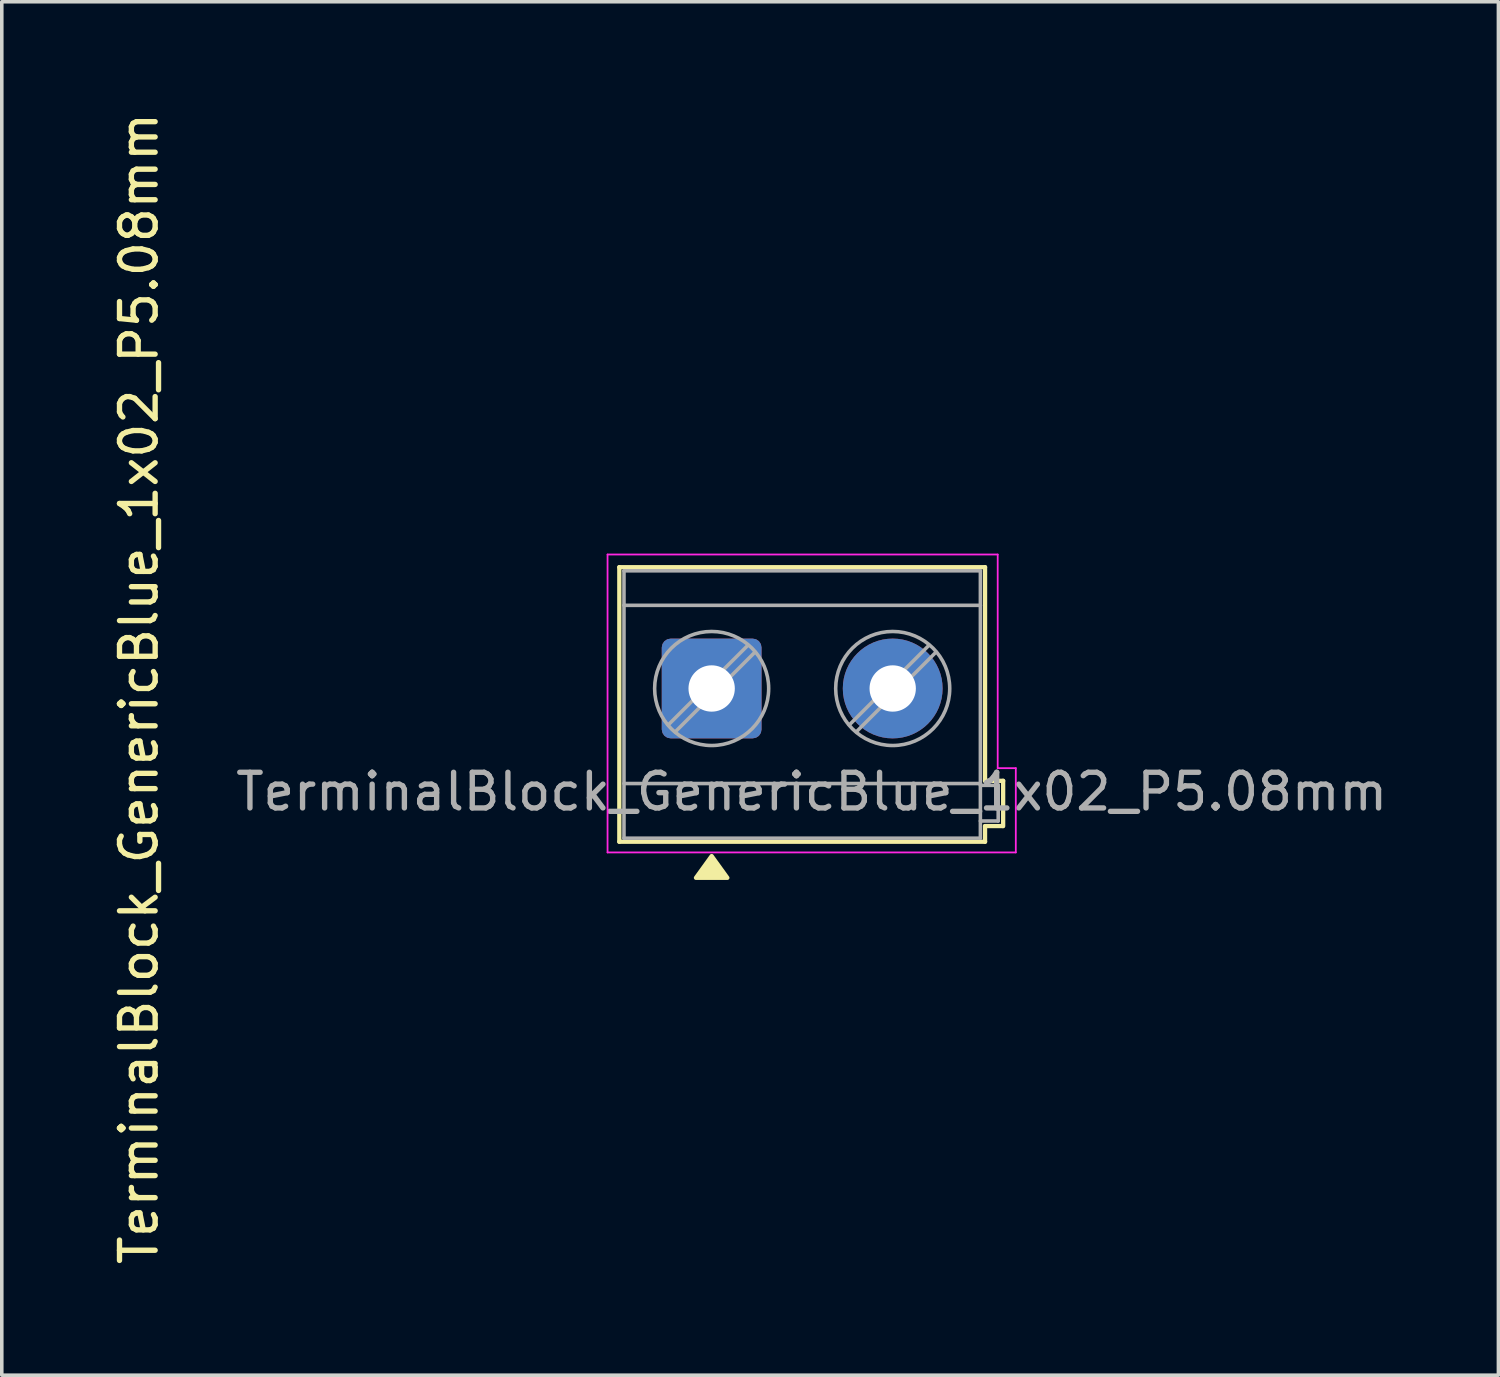
<source format=kicad_pcb>
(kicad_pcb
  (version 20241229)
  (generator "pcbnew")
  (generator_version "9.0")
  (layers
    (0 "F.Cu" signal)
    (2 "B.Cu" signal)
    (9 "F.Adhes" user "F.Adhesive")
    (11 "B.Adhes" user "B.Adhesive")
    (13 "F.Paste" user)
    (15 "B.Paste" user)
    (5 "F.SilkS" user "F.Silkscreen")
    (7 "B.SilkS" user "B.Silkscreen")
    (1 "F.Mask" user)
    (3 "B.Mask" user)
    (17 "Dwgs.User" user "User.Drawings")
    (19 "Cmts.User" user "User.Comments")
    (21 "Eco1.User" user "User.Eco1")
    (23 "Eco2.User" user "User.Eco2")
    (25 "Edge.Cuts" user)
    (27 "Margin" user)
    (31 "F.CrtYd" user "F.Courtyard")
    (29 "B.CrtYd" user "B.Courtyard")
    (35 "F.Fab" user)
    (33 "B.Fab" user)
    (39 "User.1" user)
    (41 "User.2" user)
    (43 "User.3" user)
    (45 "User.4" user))
  (footprint "TerminalBlock_GenericBlue_1x02_P5.08mm"
    (layer "F.Cu")
    (at 16.918 16.268)
    (property "Reference" "TerminalBlock_GenericBlue_1x02_P5.08mm" (at -16.07 0 90) (layer "F.SilkS") (effects (font (size 1 1) (thickness 0.15))))
    (attr through_hole)
    (fp_line (start -2.591 -3.404) (end -2.591 4.3) (stroke (width 0.12) (type solid)) (layer "F.SilkS"))
    (fp_line (start -2.591 4.3) (end 7.671 4.3) (stroke (width 0.12) (type solid)) (layer "F.SilkS"))
    (fp_line (start 7.671 -3.404) (end -2.591 -3.404) (stroke (width 0.12) (type solid)) (layer "F.SilkS"))
    (fp_line (start 7.671 2.591) (end 7.671 -3.404) (stroke (width 0.12) (type solid)) (layer "F.SilkS"))
    (fp_line (start 7.671 3.861) (end 7.671 4.3) (stroke (width 0.12) (type solid)) (layer "F.SilkS"))
    (fp_line (start 7.671 3.861) (end 8.166 3.861) (stroke (width 0.12) (type solid)) (layer "F.SilkS"))
    (fp_line (start 8.179 2.591) (end 7.671 2.591) (stroke (width 0.12) (type solid)) (layer "F.SilkS"))
    (fp_line (start 8.179 3.861) (end 8.179 2.591) (stroke (width 0.12) (type solid)) (layer "F.SilkS"))
    (fp_poly (pts (xy 0 4.702) (xy 0.44 5.312) (xy -0.44 5.312)) (stroke (width 0.12) (type solid)) (fill yes) (layer "F.SilkS"))
    (fp_line (start -2.921 -3.759) (end -2.921 4.6) (stroke (width 0.05) (type default)) (layer "F.CrtYd"))
    (fp_line (start -2.921 -3.759) (end 8.026 -3.759) (stroke (width 0.05) (type default)) (layer "F.CrtYd"))
    (fp_line (start 8.026 -3.759) (end 8.026 2.235) (stroke (width 0.05) (type default)) (layer "F.CrtYd"))
    (fp_line (start 8.534 2.235) (end 8.026 2.235) (stroke (width 0.05) (type default)) (layer "F.CrtYd"))
    (fp_line (start 8.534 2.235) (end 8.534 4.6) (stroke (width 0.05) (type solid)) (layer "F.CrtYd"))
    (fp_line (start 8.534 4.6) (end -2.921 4.6) (stroke (width 0.05) (type default)) (layer "F.CrtYd"))
    (fp_line (start -2.46 -3.302) (end 7.54 -3.302) (stroke (width 0.1) (type solid)) (layer "F.Fab"))
    (fp_line (start -2.46 -2.333) (end 7.54 -2.333) (stroke (width 0.1) (type solid)) (layer "F.Fab"))
    (fp_line (start -2.46 2.667) (end 7.54 2.667) (stroke (width 0.1) (type solid)) (layer "F.Fab"))
    (fp_line (start -2.46 4.2) (end -2.46 -3.302) (stroke (width 0.1) (type solid)) (layer "F.Fab"))
    (fp_line (start -2.46 4.2) (end 7.54 4.2) (stroke (width 0.1) (type solid)) (layer "F.Fab"))
    (fp_line (start 1.018 -1.213) (end -1.214 1.018) (stroke (width 0.1) (type solid)) (layer "F.Fab"))
    (fp_line (start 1.213 -1.018) (end -1.018 1.213) (stroke (width 0.1) (type solid)) (layer "F.Fab"))
    (fp_line (start 6.098 -1.213) (end 3.866 1.018) (stroke (width 0.1) (type solid)) (layer "F.Fab"))
    (fp_line (start 6.293 -1.018) (end 4.062 1.213) (stroke (width 0.1) (type solid)) (layer "F.Fab"))
    (fp_line (start 7.54 -3.302) (end 7.54 4.2) (stroke (width 0.1) (type solid)) (layer "F.Fab"))
    (fp_line (start 7.54 2.718) (end 8.04 2.718) (stroke (width 0.1) (type solid)) (layer "F.Fab"))
    (fp_line (start 7.54 3.718) (end 8.04 3.718) (stroke (width 0.1) (type solid)) (layer "F.Fab"))
    (fp_line (start 8.04 3.718) (end 8.04 2.718) (stroke (width 0.1) (type solid)) (layer "F.Fab"))
    (fp_circle (center 0 0) (end 1.6 0) (stroke (width 0.1) (type solid)) (fill no) (layer "F.Fab"))
    (fp_circle (center 5.08 0) (end 6.68 0) (stroke (width 0.1) (type solid)) (fill no) (layer "F.Fab"))
    (fp_text user "${REFERENCE}" (at 2.807 2.896 0) (layer "F.Fab") (effects (font (size 1 1) (thickness 0.15))))
    (pad "1" thru_hole roundrect (at 0 0) (size 2.8 2.8) (drill 1.3) (layers "*.Cu" "*.Mask") (roundrect_rratio 0.089))
    (pad "2" thru_hole circle (at 5.08 0) (size 2.8 2.8) (drill 1.3) (layers "*.Cu" "*.Mask")))
  (gr_rect
    (start -3 -3)
    (end 38.993 35.536)
    (stroke (width 0.1) (type default))
    (fill no)
    (layer "Edge.Cuts")))
</source>
